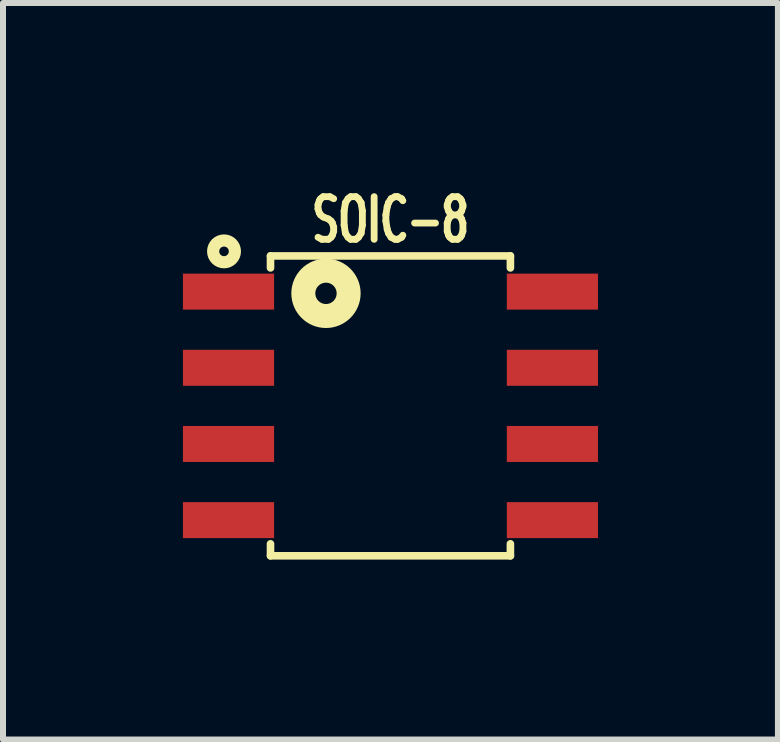
<source format=kicad_pcb>
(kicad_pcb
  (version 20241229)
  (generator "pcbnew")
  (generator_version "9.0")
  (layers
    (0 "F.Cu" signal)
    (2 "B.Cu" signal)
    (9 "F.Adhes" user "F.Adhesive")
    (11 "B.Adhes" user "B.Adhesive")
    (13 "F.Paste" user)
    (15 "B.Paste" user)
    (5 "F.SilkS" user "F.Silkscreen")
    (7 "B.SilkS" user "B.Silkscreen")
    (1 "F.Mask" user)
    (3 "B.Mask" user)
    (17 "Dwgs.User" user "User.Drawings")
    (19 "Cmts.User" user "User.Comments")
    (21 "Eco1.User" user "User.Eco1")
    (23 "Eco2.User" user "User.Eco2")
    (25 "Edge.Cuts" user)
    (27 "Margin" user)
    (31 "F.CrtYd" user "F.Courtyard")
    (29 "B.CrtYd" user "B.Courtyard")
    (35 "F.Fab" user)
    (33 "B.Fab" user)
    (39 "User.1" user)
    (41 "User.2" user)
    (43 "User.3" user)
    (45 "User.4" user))
  (footprint "SOIC-8"
    (layer "F.Cu")
    (at 3.46 3.717)
    (property "Reference" "SOIC-8" (at 0 -3.1 0) (layer "F.SilkS") (effects (font (size 0.711 0.457) (thickness 0.114))))
    (attr through_hole)
    (fp_line (start -2 -2.5) (end -2 -2.3) (stroke (width 0.127) (type solid)) (layer "F.SilkS"))
    (fp_line (start -2 2.5) (end -2 2.3) (stroke (width 0.127) (type solid)) (layer "F.SilkS"))
    (fp_line (start -2 2.5) (end 2 2.5) (stroke (width 0.127) (type solid)) (layer "F.SilkS"))
    (fp_line (start 2 -2.5) (end -2 -2.5) (stroke (width 0.127) (type solid)) (layer "F.SilkS"))
    (fp_line (start 2 -2.5) (end 2 -2.3) (stroke (width 0.127) (type solid)) (layer "F.SilkS"))
    (fp_line (start 2 2.5) (end 2 2.3) (stroke (width 0.127) (type solid)) (layer "F.SilkS"))
    (fp_circle (center -2.775 -2.576) (end -2.8 -2.5) (stroke (width 0.203) (type solid)) (fill no) (layer "F.SilkS"))
    (fp_circle (center -1.075 -1.876) (end -1.1 -1.7) (stroke (width 0.4) (type solid)) (fill no) (layer "F.SilkS"))
    (pad "1" smd rect (at -2.7 -1.905 270) (size 0.6 1.52) (layers "F.Cu" "F.Mask" "F.Paste"))
    (pad "2" smd rect (at -2.7 -0.635 270) (size 0.6 1.52) (layers "F.Cu" "F.Mask" "F.Paste"))
    (pad "3" smd rect (at -2.7 0.635 270) (size 0.6 1.52) (layers "F.Cu" "F.Mask" "F.Paste"))
    (pad "4" smd rect (at -2.7 1.905 270) (size 0.6 1.52) (layers "F.Cu" "F.Mask" "F.Paste"))
    (pad "5" smd rect (at 2.7 1.905 270) (size 0.6 1.52) (layers "F.Cu" "F.Mask" "F.Paste"))
    (pad "6" smd rect (at 2.7 0.635 270) (size 0.6 1.52) (layers "F.Cu" "F.Mask" "F.Paste"))
    (pad "7" smd rect (at 2.7 -0.635 270) (size 0.6 1.52) (layers "F.Cu" "F.Mask" "F.Paste"))
    (pad "8" smd rect (at 2.7 -1.905 270) (size 0.6 1.52) (layers "F.Cu" "F.Mask" "F.Paste")))
  (gr_rect
    (start -3 -3)
    (end 9.92 9.28)
    (stroke (width 0.1) (type default))
    (fill no)
    (layer "Edge.Cuts")))
</source>
